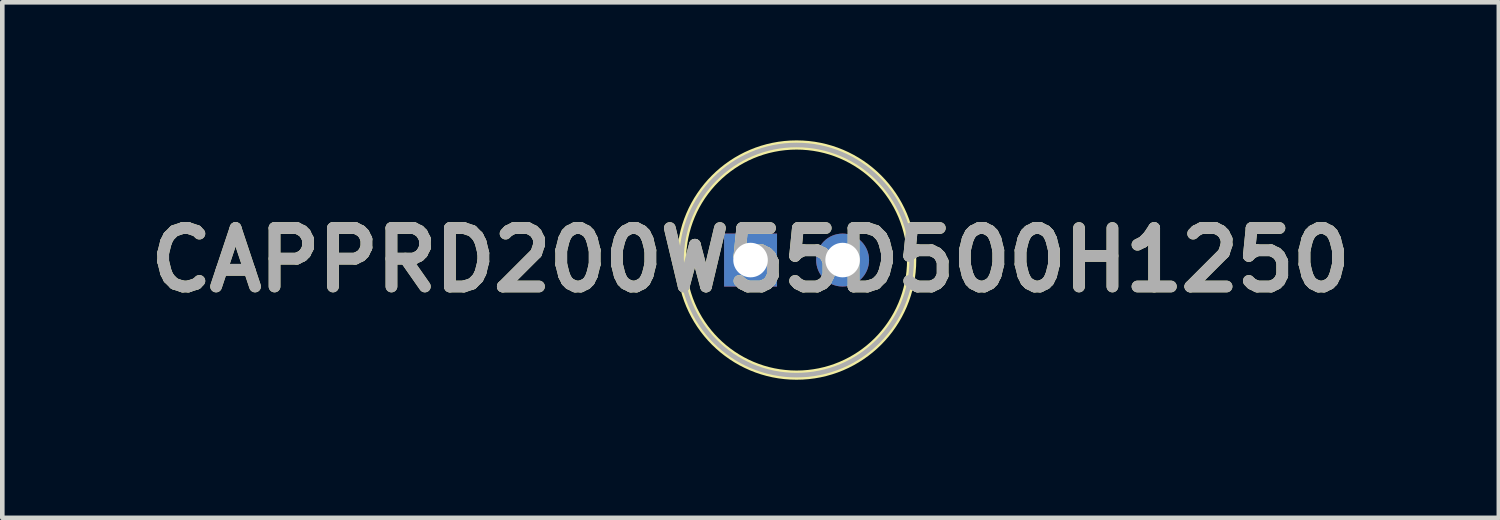
<source format=kicad_pcb>
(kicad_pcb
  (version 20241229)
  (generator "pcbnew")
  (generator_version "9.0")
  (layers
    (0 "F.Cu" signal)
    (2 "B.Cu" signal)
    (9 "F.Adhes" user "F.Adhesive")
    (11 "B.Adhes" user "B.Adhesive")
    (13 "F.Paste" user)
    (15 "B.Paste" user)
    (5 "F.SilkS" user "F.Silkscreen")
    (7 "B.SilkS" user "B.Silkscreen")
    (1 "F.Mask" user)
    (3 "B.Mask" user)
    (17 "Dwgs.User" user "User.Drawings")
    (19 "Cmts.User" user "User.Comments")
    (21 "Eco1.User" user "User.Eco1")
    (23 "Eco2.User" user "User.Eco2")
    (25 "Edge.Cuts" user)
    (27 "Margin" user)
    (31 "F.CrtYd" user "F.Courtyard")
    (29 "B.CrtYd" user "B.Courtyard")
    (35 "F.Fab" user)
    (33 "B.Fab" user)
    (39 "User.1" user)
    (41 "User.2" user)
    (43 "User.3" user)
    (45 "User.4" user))
  (footprint "CAPPRD200W55D500H1250"
    (layer "F.Cu")
    (at 13.256 2.6)
    (property "Reference" "CAPPRD200W55D500H1250" (at 0 0 0) (layer "F.SilkS") (effects (font (size 1.27 1.27) (thickness 0.254))))
    (attr through_hole)
    (fp_circle (center 1 0) (end 1 2.5) (stroke (width 0.2) (type solid)) (fill no) (layer "F.SilkS"))
    (fp_circle (center 1 0) (end 1 2.5) (stroke (width 0.1) (type solid)) (fill no) (layer "F.Fab"))
    (fp_text user "${REFERENCE}" (at 0 0 0) (layer "F.Fab") (effects (font (size 1.27 1.27) (thickness 0.254))))
    (pad "1" thru_hole rect (at 0 0) (size 1.15 1.15) (drill 0.75) (layers "*.Cu" "*.Mask"))
    (pad "2" thru_hole circle (at 2 0) (size 1.15 1.15) (drill 0.75) (layers "*.Cu" "*.Mask")))
  (gr_rect
    (start -3 -3)
    (end 29.513 8.2)
    (stroke (width 0.1) (type default))
    (fill no)
    (layer "Edge.Cuts")))
</source>
